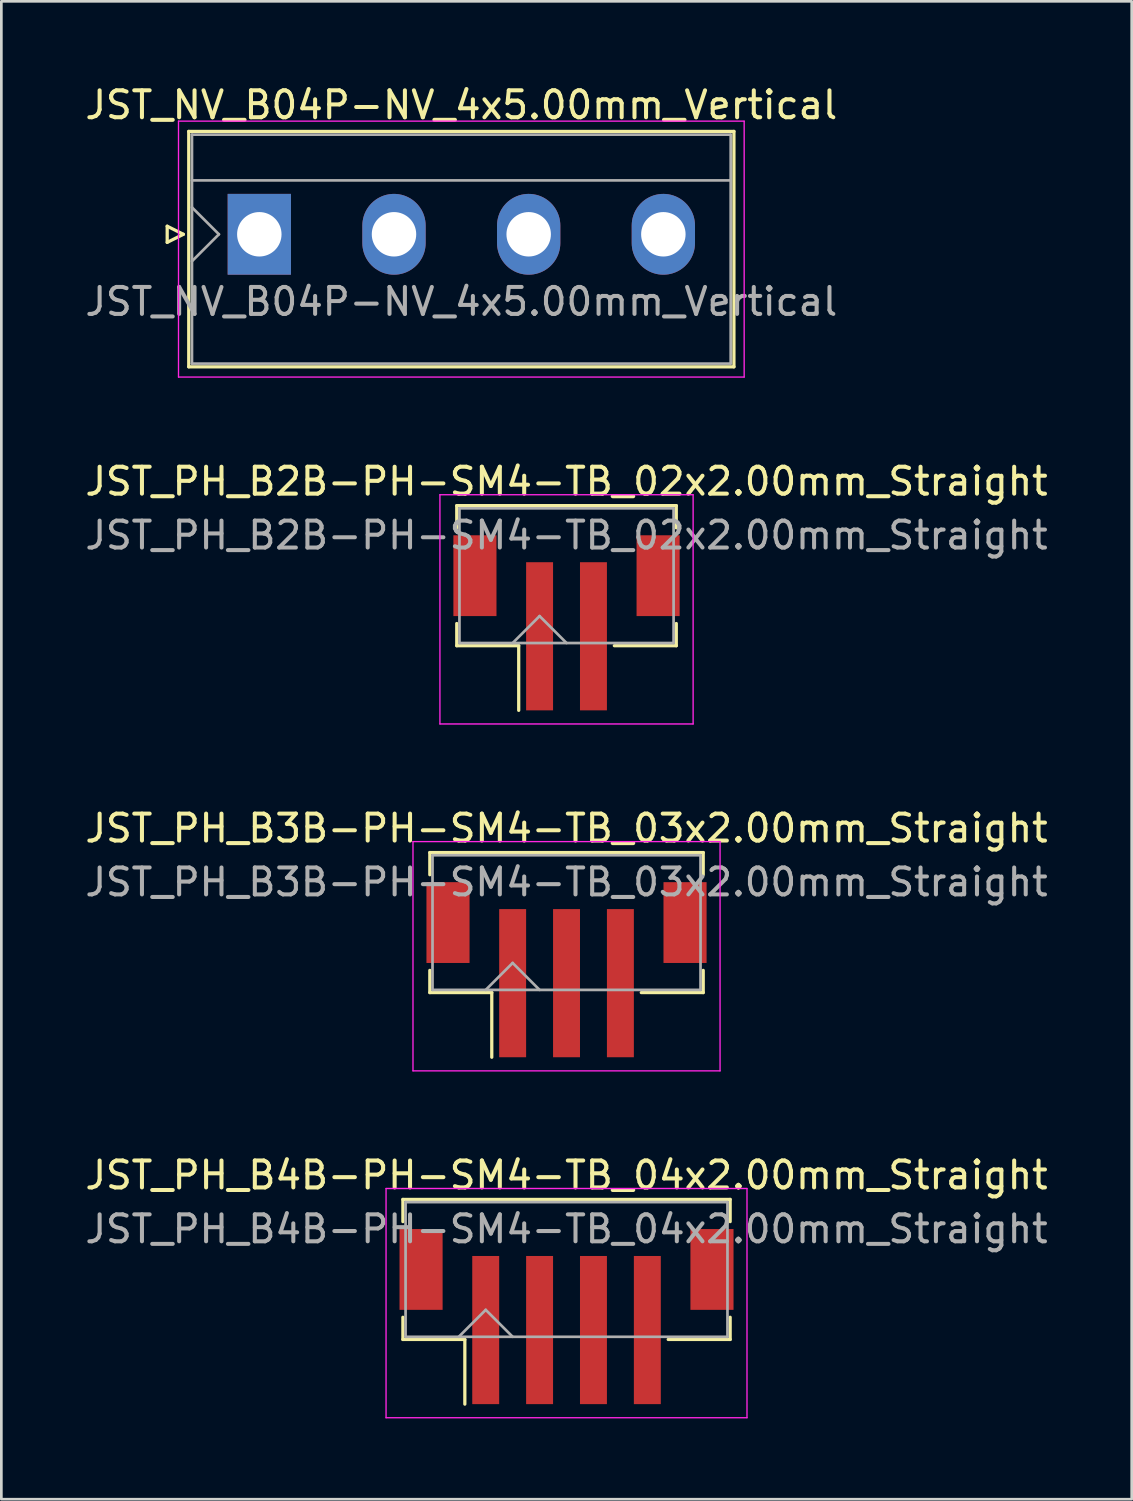
<source format=kicad_pcb>
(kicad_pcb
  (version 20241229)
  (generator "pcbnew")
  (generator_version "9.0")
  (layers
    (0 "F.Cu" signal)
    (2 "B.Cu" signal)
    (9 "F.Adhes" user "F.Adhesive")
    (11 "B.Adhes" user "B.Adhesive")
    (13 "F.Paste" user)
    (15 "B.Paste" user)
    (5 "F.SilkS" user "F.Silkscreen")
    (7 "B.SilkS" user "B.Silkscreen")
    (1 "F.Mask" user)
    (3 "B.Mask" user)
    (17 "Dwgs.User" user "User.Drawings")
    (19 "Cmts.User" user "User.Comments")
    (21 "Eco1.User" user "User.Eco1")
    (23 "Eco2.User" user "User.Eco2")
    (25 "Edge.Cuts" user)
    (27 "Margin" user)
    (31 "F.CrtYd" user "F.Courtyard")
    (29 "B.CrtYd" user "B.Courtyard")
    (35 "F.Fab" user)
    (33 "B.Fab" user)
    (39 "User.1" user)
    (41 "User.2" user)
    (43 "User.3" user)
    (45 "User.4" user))
  (footprint "JST_PH_B3B-PH-SM4-TB_03x2.00mm_Straight"
    (layer "F.Cu")
    (at 17.982 32.325)
    (property "Reference" "JST_PH_B3B-PH-SM4-TB_03x2.00mm_Straight" (at 0 -4.625 0) (layer "F.SilkS") (effects (font (size 1 1) (thickness 0.15))))
    (attr smd)
    (fp_line (start -5.075 -3.725) (end 5.075 -3.725) (stroke (width 0.12) (type solid)) (layer "F.SilkS"))
    (fp_line (start -5.075 -2.9) (end -5.075 -3.725) (stroke (width 0.12) (type solid)) (layer "F.SilkS"))
    (fp_line (start -5.075 0.65) (end -5.075 1.475) (stroke (width 0.12) (type solid)) (layer "F.SilkS"))
    (fp_line (start -5.075 1.475) (end -2.775 1.475) (stroke (width 0.12) (type solid)) (layer "F.SilkS"))
    (fp_line (start -2.775 1.475) (end -2.775 3.875) (stroke (width 0.12) (type solid)) (layer "F.SilkS"))
    (fp_line (start 5.075 -3.725) (end 5.075 -2.9) (stroke (width 0.12) (type solid)) (layer "F.SilkS"))
    (fp_line (start 5.075 0.65) (end 5.075 1.475) (stroke (width 0.12) (type solid)) (layer "F.SilkS"))
    (fp_line (start 5.075 1.475) (end 2.775 1.475) (stroke (width 0.12) (type solid)) (layer "F.SilkS"))
    (fp_line (start -5.7 -4.13) (end -5.7 4.38) (stroke (width 0.05) (type solid)) (layer "F.CrtYd"))
    (fp_line (start -5.7 4.38) (end 5.7 4.38) (stroke (width 0.05) (type solid)) (layer "F.CrtYd"))
    (fp_line (start 5.7 -4.13) (end -5.7 -4.13) (stroke (width 0.05) (type solid)) (layer "F.CrtYd"))
    (fp_line (start 5.7 4.38) (end 5.7 -4.13) (stroke (width 0.05) (type solid)) (layer "F.CrtYd"))
    (fp_line (start -4.975 -3.625) (end -4.975 1.375) (stroke (width 0.1) (type solid)) (layer "F.Fab"))
    (fp_line (start -4.975 1.375) (end 4.975 1.375) (stroke (width 0.1) (type solid)) (layer "F.Fab"))
    (fp_line (start -3 1.375) (end -2 0.375) (stroke (width 0.1) (type solid)) (layer "F.Fab"))
    (fp_line (start -2 0.375) (end -1 1.375) (stroke (width 0.1) (type solid)) (layer "F.Fab"))
    (fp_line (start 4.975 -3.625) (end -4.975 -3.625) (stroke (width 0.1) (type solid)) (layer "F.Fab"))
    (fp_line (start 4.975 1.375) (end 4.975 -3.625) (stroke (width 0.1) (type solid)) (layer "F.Fab"))
    (fp_text user "${REFERENCE}" (at 0 -2.625 0) (layer "F.Fab") (effects (font (size 1 1) (thickness 0.15))))
    (pad "" smd rect (at -4.4 -1.125) (size 1.6 3) (layers "F.Cu" "F.Mask" "F.Paste"))
    (pad "" smd rect (at 4.4 -1.125) (size 1.6 3) (layers "F.Cu" "F.Mask" "F.Paste"))
    (pad "1" smd rect (at -2 1.125) (size 1 5.5) (layers "F.Cu" "F.Mask" "F.Paste"))
    (pad "2" smd rect (at 0 1.125) (size 1 5.5) (layers "F.Cu" "F.Mask" "F.Paste"))
    (pad "3" smd rect (at 2 1.125) (size 1 5.5) (layers "F.Cu" "F.Mask" "F.Paste")))
  (footprint "JST_PH_B4B-PH-SM4-TB_04x2.00mm_Straight"
    (layer "F.Cu")
    (at 17.982 45.203)
    (property "Reference" "JST_PH_B4B-PH-SM4-TB_04x2.00mm_Straight" (at 0 -4.625 0) (layer "F.SilkS") (effects (font (size 1 1) (thickness 0.15))))
    (attr smd)
    (fp_line (start -6.075 -3.725) (end 6.075 -3.725) (stroke (width 0.12) (type solid)) (layer "F.SilkS"))
    (fp_line (start -6.075 -2.9) (end -6.075 -3.725) (stroke (width 0.12) (type solid)) (layer "F.SilkS"))
    (fp_line (start -6.075 0.65) (end -6.075 1.475) (stroke (width 0.12) (type solid)) (layer "F.SilkS"))
    (fp_line (start -6.075 1.475) (end -3.775 1.475) (stroke (width 0.12) (type solid)) (layer "F.SilkS"))
    (fp_line (start -3.775 1.475) (end -3.775 3.875) (stroke (width 0.12) (type solid)) (layer "F.SilkS"))
    (fp_line (start 6.075 -3.725) (end 6.075 -2.9) (stroke (width 0.12) (type solid)) (layer "F.SilkS"))
    (fp_line (start 6.075 0.65) (end 6.075 1.475) (stroke (width 0.12) (type solid)) (layer "F.SilkS"))
    (fp_line (start 6.075 1.475) (end 3.775 1.475) (stroke (width 0.12) (type solid)) (layer "F.SilkS"))
    (fp_line (start -6.7 -4.13) (end -6.7 4.38) (stroke (width 0.05) (type solid)) (layer "F.CrtYd"))
    (fp_line (start -6.7 4.38) (end 6.7 4.38) (stroke (width 0.05) (type solid)) (layer "F.CrtYd"))
    (fp_line (start 6.7 -4.13) (end -6.7 -4.13) (stroke (width 0.05) (type solid)) (layer "F.CrtYd"))
    (fp_line (start 6.7 4.38) (end 6.7 -4.13) (stroke (width 0.05) (type solid)) (layer "F.CrtYd"))
    (fp_line (start -5.975 -3.625) (end -5.975 1.375) (stroke (width 0.1) (type solid)) (layer "F.Fab"))
    (fp_line (start -5.975 1.375) (end 5.975 1.375) (stroke (width 0.1) (type solid)) (layer "F.Fab"))
    (fp_line (start -4 1.375) (end -3 0.375) (stroke (width 0.1) (type solid)) (layer "F.Fab"))
    (fp_line (start -3 0.375) (end -2 1.375) (stroke (width 0.1) (type solid)) (layer "F.Fab"))
    (fp_line (start 5.975 -3.625) (end -5.975 -3.625) (stroke (width 0.1) (type solid)) (layer "F.Fab"))
    (fp_line (start 5.975 1.375) (end 5.975 -3.625) (stroke (width 0.1) (type solid)) (layer "F.Fab"))
    (fp_text user "${REFERENCE}" (at 0 -2.625 0) (layer "F.Fab") (effects (font (size 1 1) (thickness 0.15))))
    (pad "" smd rect (at -5.4 -1.125) (size 1.6 3) (layers "F.Cu" "F.Mask" "F.Paste"))
    (pad "" smd rect (at 5.4 -1.125) (size 1.6 3) (layers "F.Cu" "F.Mask" "F.Paste"))
    (pad "1" smd rect (at -3 1.125) (size 1 5.5) (layers "F.Cu" "F.Mask" "F.Paste"))
    (pad "2" smd rect (at -1 1.125) (size 1 5.5) (layers "F.Cu" "F.Mask" "F.Paste"))
    (pad "3" smd rect (at 1 1.125) (size 1 5.5) (layers "F.Cu" "F.Mask" "F.Paste"))
    (pad "4" smd rect (at 3 1.125) (size 1 5.5) (layers "F.Cu" "F.Mask" "F.Paste")))
  (footprint "JST_PH_B2B-PH-SM4-TB_02x2.00mm_Straight"
    (layer "F.Cu")
    (at 17.982 19.447)
    (property "Reference" "JST_PH_B2B-PH-SM4-TB_02x2.00mm_Straight" (at 0 -4.625 0) (layer "F.SilkS") (effects (font (size 1 1) (thickness 0.15))))
    (attr smd)
    (fp_line (start -4.075 -3.725) (end 4.075 -3.725) (stroke (width 0.12) (type solid)) (layer "F.SilkS"))
    (fp_line (start -4.075 -2.9) (end -4.075 -3.725) (stroke (width 0.12) (type solid)) (layer "F.SilkS"))
    (fp_line (start -4.075 0.65) (end -4.075 1.475) (stroke (width 0.12) (type solid)) (layer "F.SilkS"))
    (fp_line (start -4.075 1.475) (end -1.775 1.475) (stroke (width 0.12) (type solid)) (layer "F.SilkS"))
    (fp_line (start -1.775 1.475) (end -1.775 3.875) (stroke (width 0.12) (type solid)) (layer "F.SilkS"))
    (fp_line (start 4.075 -3.725) (end 4.075 -2.9) (stroke (width 0.12) (type solid)) (layer "F.SilkS"))
    (fp_line (start 4.075 0.65) (end 4.075 1.475) (stroke (width 0.12) (type solid)) (layer "F.SilkS"))
    (fp_line (start 4.075 1.475) (end 1.775 1.475) (stroke (width 0.12) (type solid)) (layer "F.SilkS"))
    (fp_line (start -4.7 -4.13) (end -4.7 4.38) (stroke (width 0.05) (type solid)) (layer "F.CrtYd"))
    (fp_line (start -4.7 4.38) (end 4.7 4.38) (stroke (width 0.05) (type solid)) (layer "F.CrtYd"))
    (fp_line (start 4.7 -4.13) (end -4.7 -4.13) (stroke (width 0.05) (type solid)) (layer "F.CrtYd"))
    (fp_line (start 4.7 4.38) (end 4.7 -4.13) (stroke (width 0.05) (type solid)) (layer "F.CrtYd"))
    (fp_line (start -3.975 -3.625) (end -3.975 1.375) (stroke (width 0.1) (type solid)) (layer "F.Fab"))
    (fp_line (start -3.975 1.375) (end 3.975 1.375) (stroke (width 0.1) (type solid)) (layer "F.Fab"))
    (fp_line (start -2 1.375) (end -1 0.375) (stroke (width 0.1) (type solid)) (layer "F.Fab"))
    (fp_line (start -1 0.375) (end 0 1.375) (stroke (width 0.1) (type solid)) (layer "F.Fab"))
    (fp_line (start 3.975 -3.625) (end -3.975 -3.625) (stroke (width 0.1) (type solid)) (layer "F.Fab"))
    (fp_line (start 3.975 1.375) (end 3.975 -3.625) (stroke (width 0.1) (type solid)) (layer "F.Fab"))
    (fp_text user "${REFERENCE}" (at 0 -2.625 0) (layer "F.Fab") (effects (font (size 1 1) (thickness 0.15))))
    (pad "" smd rect (at -3.4 -1.125) (size 1.6 3) (layers "F.Cu" "F.Mask" "F.Paste"))
    (pad "" smd rect (at 3.4 -1.125) (size 1.6 3) (layers "F.Cu" "F.Mask" "F.Paste"))
    (pad "1" smd rect (at -1 1.125) (size 1 5.5) (layers "F.Cu" "F.Mask" "F.Paste"))
    (pad "2" smd rect (at 1 1.125) (size 1 5.5) (layers "F.Cu" "F.Mask" "F.Paste")))
  (footprint "JST_NV_B04P-NV_4x5.00mm_Vertical"
    (layer "F.Cu")
    (at 6.577 5.648)
    (property "Reference" "JST_NV_B04P-NV_4x5.00mm_Vertical" (at 7.5 -4.8 0) (layer "F.SilkS") (effects (font (size 1 1) (thickness 0.15))))
    (attr through_hole)
    (fp_line (start -3.42 -0.3) (end -2.82 0) (stroke (width 0.12) (type solid)) (layer "F.SilkS"))
    (fp_line (start -3.42 0.3) (end -3.42 -0.3) (stroke (width 0.12) (type solid)) (layer "F.SilkS"))
    (fp_line (start -2.82 0) (end -3.42 0.3) (stroke (width 0.12) (type solid)) (layer "F.SilkS"))
    (fp_line (start -2.62 -3.82) (end -2.62 4.92) (stroke (width 0.12) (type solid)) (layer "F.SilkS"))
    (fp_line (start -2.62 4.92) (end 17.62 4.92) (stroke (width 0.12) (type solid)) (layer "F.SilkS"))
    (fp_line (start 17.62 -3.82) (end -2.62 -3.82) (stroke (width 0.12) (type solid)) (layer "F.SilkS"))
    (fp_line (start 17.62 4.92) (end 17.62 -3.82) (stroke (width 0.12) (type solid)) (layer "F.SilkS"))
    (fp_line (start -3 -4.2) (end -3 5.3) (stroke (width 0.05) (type solid)) (layer "F.CrtYd"))
    (fp_line (start -3 5.3) (end 18 5.3) (stroke (width 0.05) (type solid)) (layer "F.CrtYd"))
    (fp_line (start 18 -4.2) (end -3 -4.2) (stroke (width 0.05) (type solid)) (layer "F.CrtYd"))
    (fp_line (start 18 5.3) (end 18 -4.2) (stroke (width 0.05) (type solid)) (layer "F.CrtYd"))
    (fp_line (start -2.5 -3.7) (end -2.5 4.8) (stroke (width 0.1) (type solid)) (layer "F.Fab"))
    (fp_line (start -2.5 -2) (end 17.5 -2) (stroke (width 0.1) (type solid)) (layer "F.Fab"))
    (fp_line (start -2.5 -1) (end -1.5 0) (stroke (width 0.1) (type solid)) (layer "F.Fab"))
    (fp_line (start -2.5 1) (end -1.5 0) (stroke (width 0.1) (type solid)) (layer "F.Fab"))
    (fp_line (start -2.5 4.8) (end 17.5 4.8) (stroke (width 0.1) (type solid)) (layer "F.Fab"))
    (fp_line (start 17.5 -3.7) (end -2.5 -3.7) (stroke (width 0.1) (type solid)) (layer "F.Fab"))
    (fp_line (start 17.5 4.8) (end 17.5 -3.7) (stroke (width 0.1) (type solid)) (layer "F.Fab"))
    (fp_text user "${REFERENCE}" (at 7.5 2.5 0) (layer "F.Fab") (effects (font (size 1 1) (thickness 0.15))))
    (pad "1" thru_hole rect (at 0 0) (size 2.35 3) (drill 1.65) (layers "*.Cu" "*.Mask"))
    (pad "2" thru_hole oval (at 5 0) (size 2.35 3) (drill 1.65) (layers "*.Cu" "*.Mask"))
    (pad "3" thru_hole oval (at 10 0) (size 2.35 3) (drill 1.65) (layers "*.Cu" "*.Mask"))
    (pad "4" thru_hole oval (at 15 0) (size 2.35 3) (drill 1.65) (layers "*.Cu" "*.Mask")))
  (gr_rect
    (start -3 -3)
    (end 38.964 52.608)
    (stroke (width 0.1) (type default))
    (fill no)
    (layer "Edge.Cuts")))
</source>
